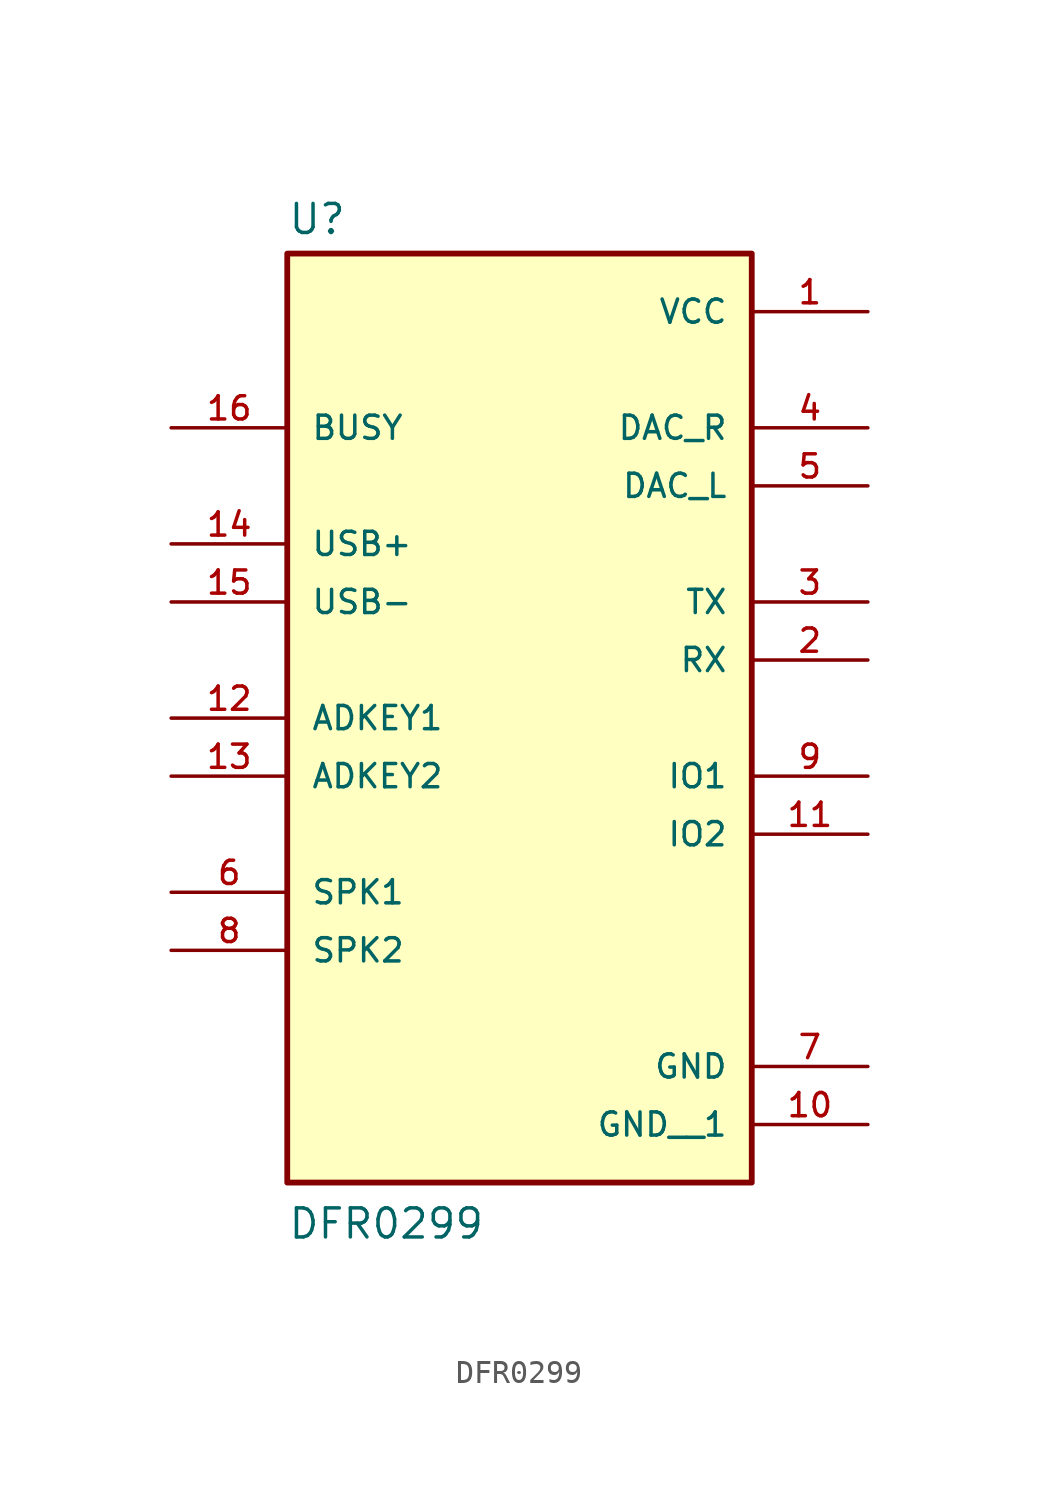
<source format=kicad_sym>
(kicad_symbol_lib
  (version 20241209)
  (generator "kicad_symbol_editor")
  (generator_version "9.0")
  (symbol "DFR0299"
    (pin_names
      (offset 1.016))
    (property "Reference" "U"
      (at -10.16 18.542 0)
      (effects (font (size 1.27 1.27)) (justify left bottom)))
    (property "Value" "DFR0299"
      (at -10.16 -25.4 0)
      (effects (font (size 1.27 1.27)) (justify left bottom)))
    (symbol "DFR0299_0_0"
      (rectangle (start -10.16 -22.86) (end 10.16 17.78) (stroke (width 0.254) (type default)) (fill (type background)))
      (pin input line (at -15.24 10.16 0) (length 5.08) (name "BUSY" (effects (font (size 1.016 1.016)))) (number "16" (effects (font (size 1.016 1.016)))))
      (pin input line (at -15.24 5.08 0) (length 5.08) (name "USB+" (effects (font (size 1.016 1.016)))) (number "14" (effects (font (size 1.016 1.016)))))
      (pin input line (at -15.24 2.54 0) (length 5.08) (name "USB-" (effects (font (size 1.016 1.016)))) (number "15" (effects (font (size 1.016 1.016)))))
      (pin input line (at -15.24 -2.54 0) (length 5.08) (name "ADKEY1" (effects (font (size 1.016 1.016)))) (number "12" (effects (font (size 1.016 1.016)))))
      (pin input line (at -15.24 -5.08 0) (length 5.08) (name "ADKEY2" (effects (font (size 1.016 1.016)))) (number "13" (effects (font (size 1.016 1.016)))))
      (pin passive line (at -15.24 -10.16 0) (length 5.08) (name "SPK1" (effects (font (size 1.016 1.016)))) (number "6" (effects (font (size 1.016 1.016)))))
      (pin passive line (at -15.24 -12.7 0) (length 5.08) (name "SPK2" (effects (font (size 1.016 1.016)))) (number "8" (effects (font (size 1.016 1.016)))))
      (pin power_in line (at 15.24 15.24 180) (length 5.08) (name "VCC" (effects (font (size 1.016 1.016)))) (number "1" (effects (font (size 1.016 1.016)))))
      (pin output line (at 15.24 10.16 180) (length 5.08) (name "DAC_R" (effects (font (size 1.016 1.016)))) (number "4" (effects (font (size 1.016 1.016)))))
      (pin output line (at 15.24 7.62 180) (length 5.08) (name "DAC_L" (effects (font (size 1.016 1.016)))) (number "5" (effects (font (size 1.016 1.016)))))
      (pin output line (at 15.24 2.54 180) (length 5.08) (name "TX" (effects (font (size 1.016 1.016)))) (number "3" (effects (font (size 1.016 1.016)))))
      (pin input line (at 15.24 0 180) (length 5.08) (name "RX" (effects (font (size 1.016 1.016)))) (number "2" (effects (font (size 1.016 1.016)))))
      (pin bidirectional line (at 15.24 -5.08 180) (length 5.08) (name "IO1" (effects (font (size 1.016 1.016)))) (number "9" (effects (font (size 1.016 1.016)))))
      (pin bidirectional line (at 15.24 -7.62 180) (length 5.08) (name "IO2" (effects (font (size 1.016 1.016)))) (number "11" (effects (font (size 1.016 1.016)))))
      (pin power_in line (at 15.24 -17.78 180) (length 5.08) (name "GND" (effects (font (size 1.016 1.016)))) (number "7" (effects (font (size 1.016 1.016)))))
      (pin power_in line (at 15.24 -20.32 180) (length 5.08) (name "GND__1" (effects (font (size 1.016 1.016)))) (number "10" (effects (font (size 1.016 1.016))))))))
</source>
